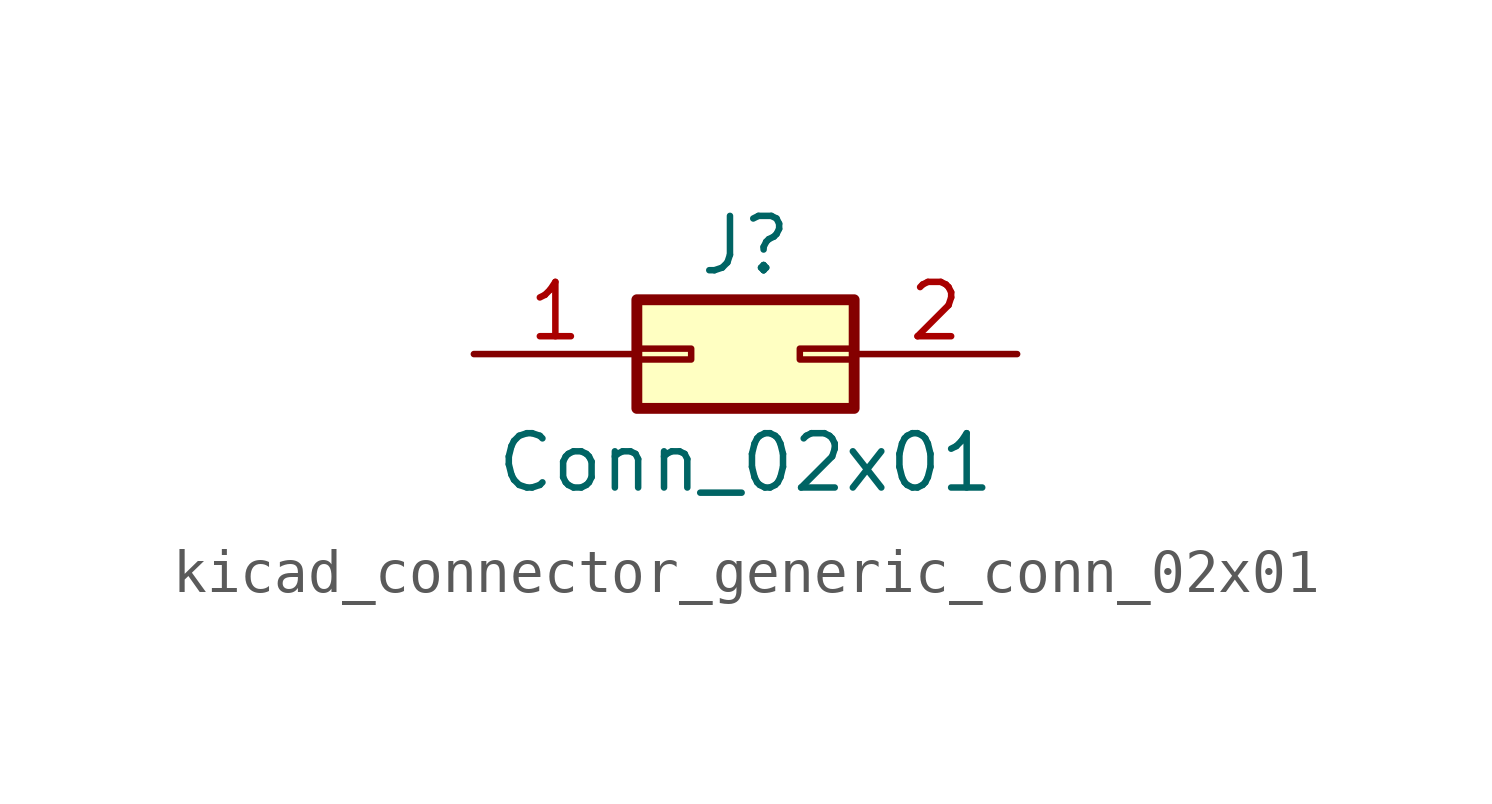
<source format=kicad_sym>
(kicad_symbol_lib
  (version 20220914)
  (generator kicad_symbol_editor)
  (symbol "kicad_connector_generic_conn_02x01"
    (pin_names
      (offset 1.016) hide)
    (property "Reference" "J"
      (at 1.27 2.54 0)
      (effects (font (size 1.27 1.27))))
    (property "Value" "Conn_02x01"
      (at 1.27 -2.54 0)
      (effects (font (size 1.27 1.27))))
    (symbol "kicad_connector_generic_conn_02x01_1_1"
      (rectangle (start -1.27 0.127) (end 0 -0.127) (stroke (width 0.152) (type default)) (fill (type none)))
      (rectangle (start -1.27 1.27) (end 3.81 -1.27) (stroke (width 0.254) (type default)) (fill (type background)))
      (rectangle (start 3.81 0.127) (end 2.54 -0.127) (stroke (width 0.152) (type default)) (fill (type none)))
      (pin passive line (at -5.08 0 0) (length 3.81) (name "Pin_1" (effects (font (size 1.27 1.27)))) (number "1" (effects (font (size 1.27 1.27)))))
      (pin passive line (at 7.62 0 180) (length 3.81) (name "Pin_2" (effects (font (size 1.27 1.27)))) (number "2" (effects (font (size 1.27 1.27))))))))
</source>
